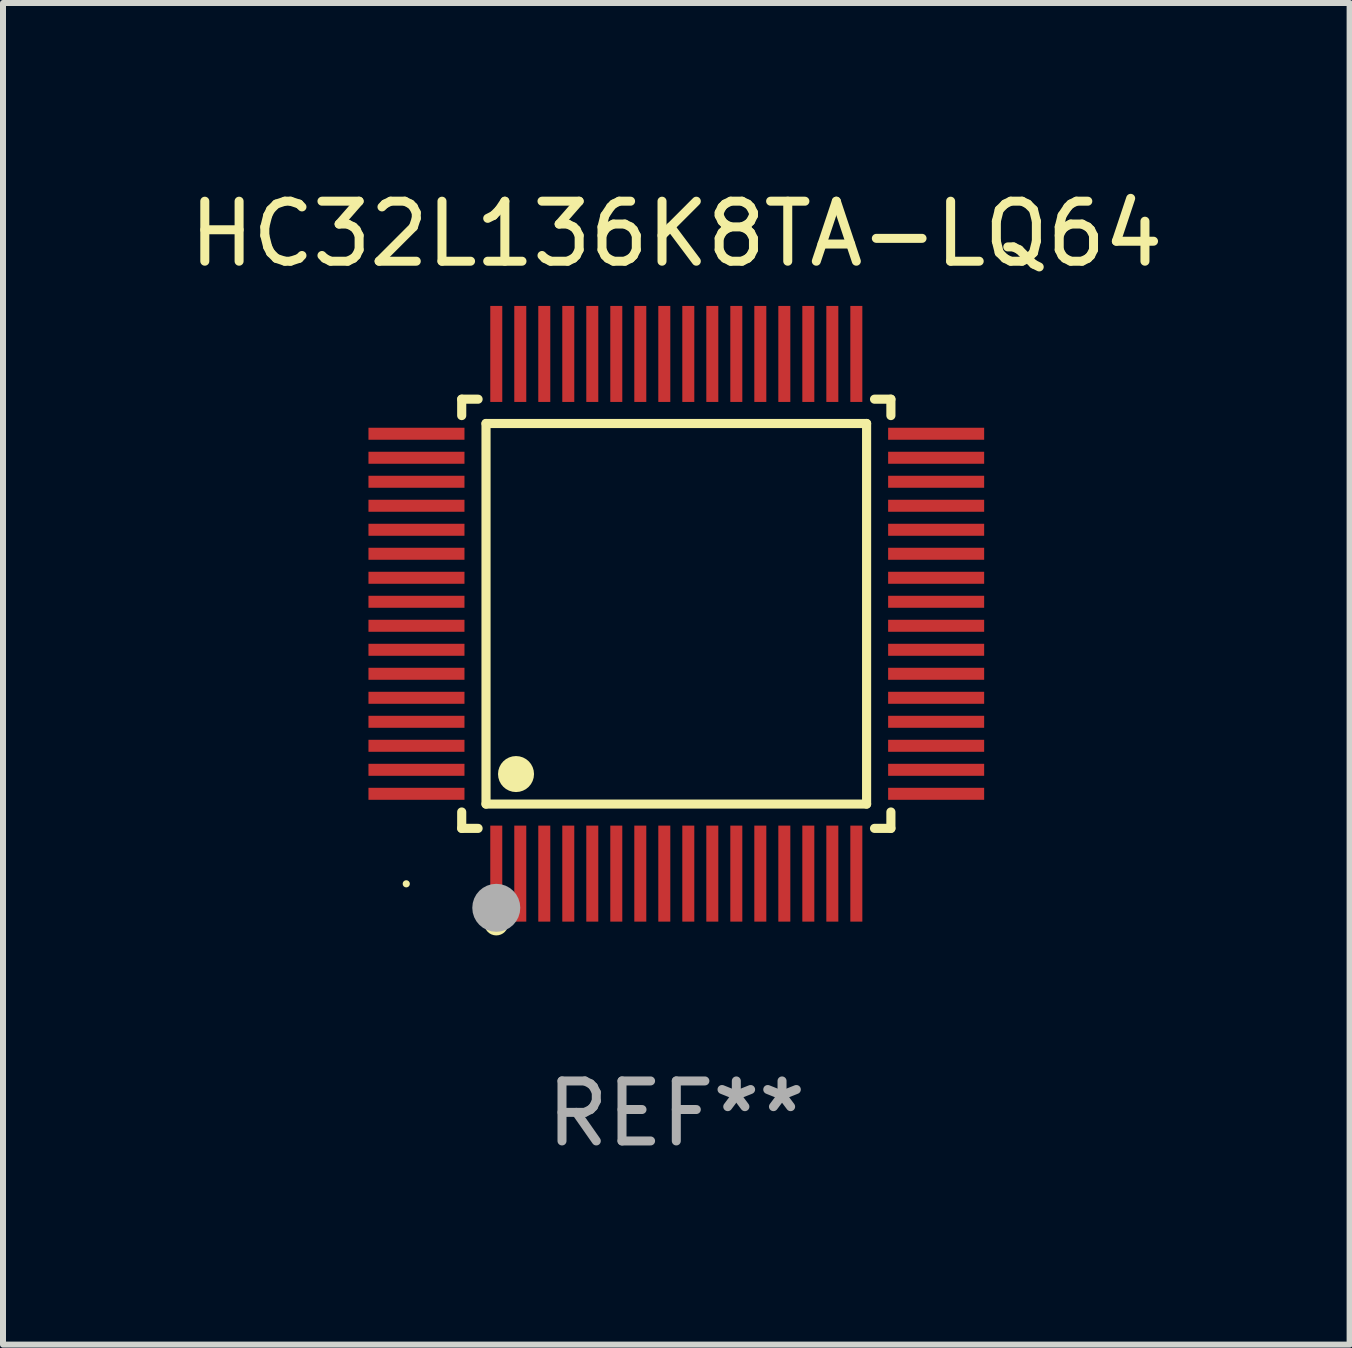
<source format=kicad_pcb>
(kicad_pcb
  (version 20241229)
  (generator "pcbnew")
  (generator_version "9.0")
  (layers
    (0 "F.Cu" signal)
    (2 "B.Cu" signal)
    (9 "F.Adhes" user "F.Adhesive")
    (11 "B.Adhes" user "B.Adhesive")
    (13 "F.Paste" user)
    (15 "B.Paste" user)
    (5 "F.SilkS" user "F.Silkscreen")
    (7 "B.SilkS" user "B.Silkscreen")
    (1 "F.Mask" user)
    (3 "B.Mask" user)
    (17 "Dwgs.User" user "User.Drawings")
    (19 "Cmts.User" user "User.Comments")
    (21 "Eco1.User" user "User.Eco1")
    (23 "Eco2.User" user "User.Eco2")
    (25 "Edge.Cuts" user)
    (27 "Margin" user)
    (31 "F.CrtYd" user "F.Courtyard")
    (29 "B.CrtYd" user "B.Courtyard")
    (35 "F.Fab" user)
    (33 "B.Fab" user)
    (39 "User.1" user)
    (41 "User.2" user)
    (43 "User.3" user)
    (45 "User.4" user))
  (footprint "HC32L136K8TA-LQ64"
    (layer "F.Cu")
    (at 8.22 7.178)
    (property "Reference" "HC32L136K8TA-LQ64" (at 0 -6.33 0) (layer "F.SilkS") (effects (font (size 1 1) (thickness 0.15))))
    (attr through_hole)
    (fp_line (start -3.576 -3.576) (end -3.303 -3.576) (stroke (width 0.152) (type solid)) (layer "F.SilkS"))
    (fp_line (start -3.576 -3.303) (end -3.576 -3.576) (stroke (width 0.152) (type solid)) (layer "F.SilkS"))
    (fp_line (start -3.576 3.303) (end -3.576 3.576) (stroke (width 0.152) (type solid)) (layer "F.SilkS"))
    (fp_line (start -3.576 3.576) (end -3.303 3.576) (stroke (width 0.152) (type solid)) (layer "F.SilkS"))
    (fp_line (start -3.171 -3.171) (end 3.171 -3.171) (stroke (width 0.152) (type solid)) (layer "F.SilkS"))
    (fp_line (start -3.171 3.171) (end -3.171 -3.171) (stroke (width 0.152) (type solid)) (layer "F.SilkS"))
    (fp_line (start 3.171 -3.171) (end 3.171 3.171) (stroke (width 0.152) (type solid)) (layer "F.SilkS"))
    (fp_line (start 3.171 3.171) (end -3.171 3.171) (stroke (width 0.152) (type solid)) (layer "F.SilkS"))
    (fp_line (start 3.576 -3.576) (end 3.303 -3.576) (stroke (width 0.152) (type solid)) (layer "F.SilkS"))
    (fp_line (start 3.576 -3.303) (end 3.576 -3.576) (stroke (width 0.152) (type solid)) (layer "F.SilkS"))
    (fp_line (start 3.576 3.303) (end 3.576 3.576) (stroke (width 0.152) (type solid)) (layer "F.SilkS"))
    (fp_line (start 3.576 3.576) (end 3.303 3.576) (stroke (width 0.152) (type solid)) (layer "F.SilkS"))
    (fp_circle (center -4.5 4.5) (end -4.47 4.5) (stroke (width 0.06) (type solid)) (fill no) (layer "F.SilkS"))
    (fp_circle (center -3 5.16) (end -2.9 5.16) (stroke (width 0.2) (type solid)) (fill no) (layer "F.SilkS"))
    (fp_circle (center -2.671 2.671) (end -2.521 2.671) (stroke (width 0.3) (type solid)) (fill no) (layer "F.SilkS"))
    (fp_circle (center -3 4.9) (end -2.8 4.9) (stroke (width 0.4) (type solid)) (fill no) (layer "F.Fab"))
    (fp_text user "REF**" (at 0 8.33 0) (layer "F.Fab") (effects (font (size 1 1) (thickness 0.15))))
    (pad "1" smd rect (at -3 4.33) (size 0.2 1.6) (layers "F.Cu" "F.Mask" "F.Paste"))
    (pad "2" smd rect (at -2.6 4.33) (size 0.2 1.6) (layers "F.Cu" "F.Mask" "F.Paste"))
    (pad "3" smd rect (at -2.2 4.33) (size 0.2 1.6) (layers "F.Cu" "F.Mask" "F.Paste"))
    (pad "4" smd rect (at -1.8 4.33) (size 0.2 1.6) (layers "F.Cu" "F.Mask" "F.Paste"))
    (pad "5" smd rect (at -1.4 4.33) (size 0.2 1.6) (layers "F.Cu" "F.Mask" "F.Paste"))
    (pad "6" smd rect (at -1 4.33) (size 0.2 1.6) (layers "F.Cu" "F.Mask" "F.Paste"))
    (pad "7" smd rect (at -0.6 4.33) (size 0.2 1.6) (layers "F.Cu" "F.Mask" "F.Paste"))
    (pad "8" smd rect (at -0.2 4.33) (size 0.2 1.6) (layers "F.Cu" "F.Mask" "F.Paste"))
    (pad "9" smd rect (at 0.2 4.33) (size 0.2 1.6) (layers "F.Cu" "F.Mask" "F.Paste"))
    (pad "10" smd rect (at 0.6 4.33) (size 0.2 1.6) (layers "F.Cu" "F.Mask" "F.Paste"))
    (pad "11" smd rect (at 1 4.33) (size 0.2 1.6) (layers "F.Cu" "F.Mask" "F.Paste"))
    (pad "12" smd rect (at 1.4 4.33) (size 0.2 1.6) (layers "F.Cu" "F.Mask" "F.Paste"))
    (pad "13" smd rect (at 1.8 4.33) (size 0.2 1.6) (layers "F.Cu" "F.Mask" "F.Paste"))
    (pad "14" smd rect (at 2.2 4.33) (size 0.2 1.6) (layers "F.Cu" "F.Mask" "F.Paste"))
    (pad "15" smd rect (at 2.6 4.33) (size 0.2 1.6) (layers "F.Cu" "F.Mask" "F.Paste"))
    (pad "16" smd rect (at 3 4.33) (size 0.2 1.6) (layers "F.Cu" "F.Mask" "F.Paste"))
    (pad "17" smd rect (at 4.33 3) (size 1.6 0.2) (layers "F.Cu" "F.Mask" "F.Paste"))
    (pad "18" smd rect (at 4.33 2.6) (size 1.6 0.2) (layers "F.Cu" "F.Mask" "F.Paste"))
    (pad "19" smd rect (at 4.33 2.2) (size 1.6 0.2) (layers "F.Cu" "F.Mask" "F.Paste"))
    (pad "20" smd rect (at 4.33 1.8) (size 1.6 0.2) (layers "F.Cu" "F.Mask" "F.Paste"))
    (pad "21" smd rect (at 4.33 1.4) (size 1.6 0.2) (layers "F.Cu" "F.Mask" "F.Paste"))
    (pad "22" smd rect (at 4.33 1) (size 1.6 0.2) (layers "F.Cu" "F.Mask" "F.Paste"))
    (pad "23" smd rect (at 4.33 0.6) (size 1.6 0.2) (layers "F.Cu" "F.Mask" "F.Paste"))
    (pad "24" smd rect (at 4.33 0.2) (size 1.6 0.2) (layers "F.Cu" "F.Mask" "F.Paste"))
    (pad "25" smd rect (at 4.33 -0.2) (size 1.6 0.2) (layers "F.Cu" "F.Mask" "F.Paste"))
    (pad "26" smd rect (at 4.33 -0.6) (size 1.6 0.2) (layers "F.Cu" "F.Mask" "F.Paste"))
    (pad "27" smd rect (at 4.33 -1) (size 1.6 0.2) (layers "F.Cu" "F.Mask" "F.Paste"))
    (pad "28" smd rect (at 4.33 -1.4) (size 1.6 0.2) (layers "F.Cu" "F.Mask" "F.Paste"))
    (pad "29" smd rect (at 4.33 -1.8) (size 1.6 0.2) (layers "F.Cu" "F.Mask" "F.Paste"))
    (pad "30" smd rect (at 4.33 -2.2) (size 1.6 0.2) (layers "F.Cu" "F.Mask" "F.Paste"))
    (pad "31" smd rect (at 4.33 -2.6) (size 1.6 0.2) (layers "F.Cu" "F.Mask" "F.Paste"))
    (pad "32" smd rect (at 4.33 -3) (size 1.6 0.2) (layers "F.Cu" "F.Mask" "F.Paste"))
    (pad "33" smd rect (at 3 -4.33) (size 0.2 1.6) (layers "F.Cu" "F.Mask" "F.Paste"))
    (pad "34" smd rect (at 2.6 -4.33) (size 0.2 1.6) (layers "F.Cu" "F.Mask" "F.Paste"))
    (pad "35" smd rect (at 2.2 -4.33) (size 0.2 1.6) (layers "F.Cu" "F.Mask" "F.Paste"))
    (pad "36" smd rect (at 1.8 -4.33) (size 0.2 1.6) (layers "F.Cu" "F.Mask" "F.Paste"))
    (pad "37" smd rect (at 1.4 -4.33) (size 0.2 1.6) (layers "F.Cu" "F.Mask" "F.Paste"))
    (pad "38" smd rect (at 1 -4.33) (size 0.2 1.6) (layers "F.Cu" "F.Mask" "F.Paste"))
    (pad "39" smd rect (at 0.6 -4.33) (size 0.2 1.6) (layers "F.Cu" "F.Mask" "F.Paste"))
    (pad "40" smd rect (at 0.2 -4.33) (size 0.2 1.6) (layers "F.Cu" "F.Mask" "F.Paste"))
    (pad "41" smd rect (at -0.2 -4.33) (size 0.2 1.6) (layers "F.Cu" "F.Mask" "F.Paste"))
    (pad "42" smd rect (at -0.6 -4.33) (size 0.2 1.6) (layers "F.Cu" "F.Mask" "F.Paste"))
    (pad "43" smd rect (at -1 -4.33) (size 0.2 1.6) (layers "F.Cu" "F.Mask" "F.Paste"))
    (pad "44" smd rect (at -1.4 -4.33) (size 0.2 1.6) (layers "F.Cu" "F.Mask" "F.Paste"))
    (pad "45" smd rect (at -1.8 -4.33) (size 0.2 1.6) (layers "F.Cu" "F.Mask" "F.Paste"))
    (pad "46" smd rect (at -2.2 -4.33) (size 0.2 1.6) (layers "F.Cu" "F.Mask" "F.Paste"))
    (pad "47" smd rect (at -2.6 -4.33) (size 0.2 1.6) (layers "F.Cu" "F.Mask" "F.Paste"))
    (pad "48" smd rect (at -3 -4.33) (size 0.2 1.6) (layers "F.Cu" "F.Mask" "F.Paste"))
    (pad "49" smd rect (at -4.33 -3) (size 1.6 0.2) (layers "F.Cu" "F.Mask" "F.Paste"))
    (pad "50" smd rect (at -4.33 -2.6) (size 1.6 0.2) (layers "F.Cu" "F.Mask" "F.Paste"))
    (pad "51" smd rect (at -4.33 -2.2) (size 1.6 0.2) (layers "F.Cu" "F.Mask" "F.Paste"))
    (pad "52" smd rect (at -4.33 -1.8) (size 1.6 0.2) (layers "F.Cu" "F.Mask" "F.Paste"))
    (pad "53" smd rect (at -4.33 -1.4) (size 1.6 0.2) (layers "F.Cu" "F.Mask" "F.Paste"))
    (pad "54" smd rect (at -4.33 -1) (size 1.6 0.2) (layers "F.Cu" "F.Mask" "F.Paste"))
    (pad "55" smd rect (at -4.33 -0.6) (size 1.6 0.2) (layers "F.Cu" "F.Mask" "F.Paste"))
    (pad "56" smd rect (at -4.33 -0.2) (size 1.6 0.2) (layers "F.Cu" "F.Mask" "F.Paste"))
    (pad "57" smd rect (at -4.33 0.2) (size 1.6 0.2) (layers "F.Cu" "F.Mask" "F.Paste"))
    (pad "58" smd rect (at -4.33 0.6) (size 1.6 0.2) (layers "F.Cu" "F.Mask" "F.Paste"))
    (pad "59" smd rect (at -4.33 1) (size 1.6 0.2) (layers "F.Cu" "F.Mask" "F.Paste"))
    (pad "60" smd rect (at -4.33 1.4) (size 1.6 0.2) (layers "F.Cu" "F.Mask" "F.Paste"))
    (pad "61" smd rect (at -4.33 1.8) (size 1.6 0.2) (layers "F.Cu" "F.Mask" "F.Paste"))
    (pad "62" smd rect (at -4.33 2.2) (size 1.6 0.2) (layers "F.Cu" "F.Mask" "F.Paste"))
    (pad "63" smd rect (at -4.33 2.6) (size 1.6 0.2) (layers "F.Cu" "F.Mask" "F.Paste"))
    (pad "64" smd rect (at -4.33 3) (size 1.6 0.2) (layers "F.Cu" "F.Mask" "F.Paste")))
  (gr_rect
    (start -3 -3)
    (end 19.44 19.357)
    (stroke (width 0.1) (type default))
    (fill no)
    (layer "Edge.Cuts")))
</source>
